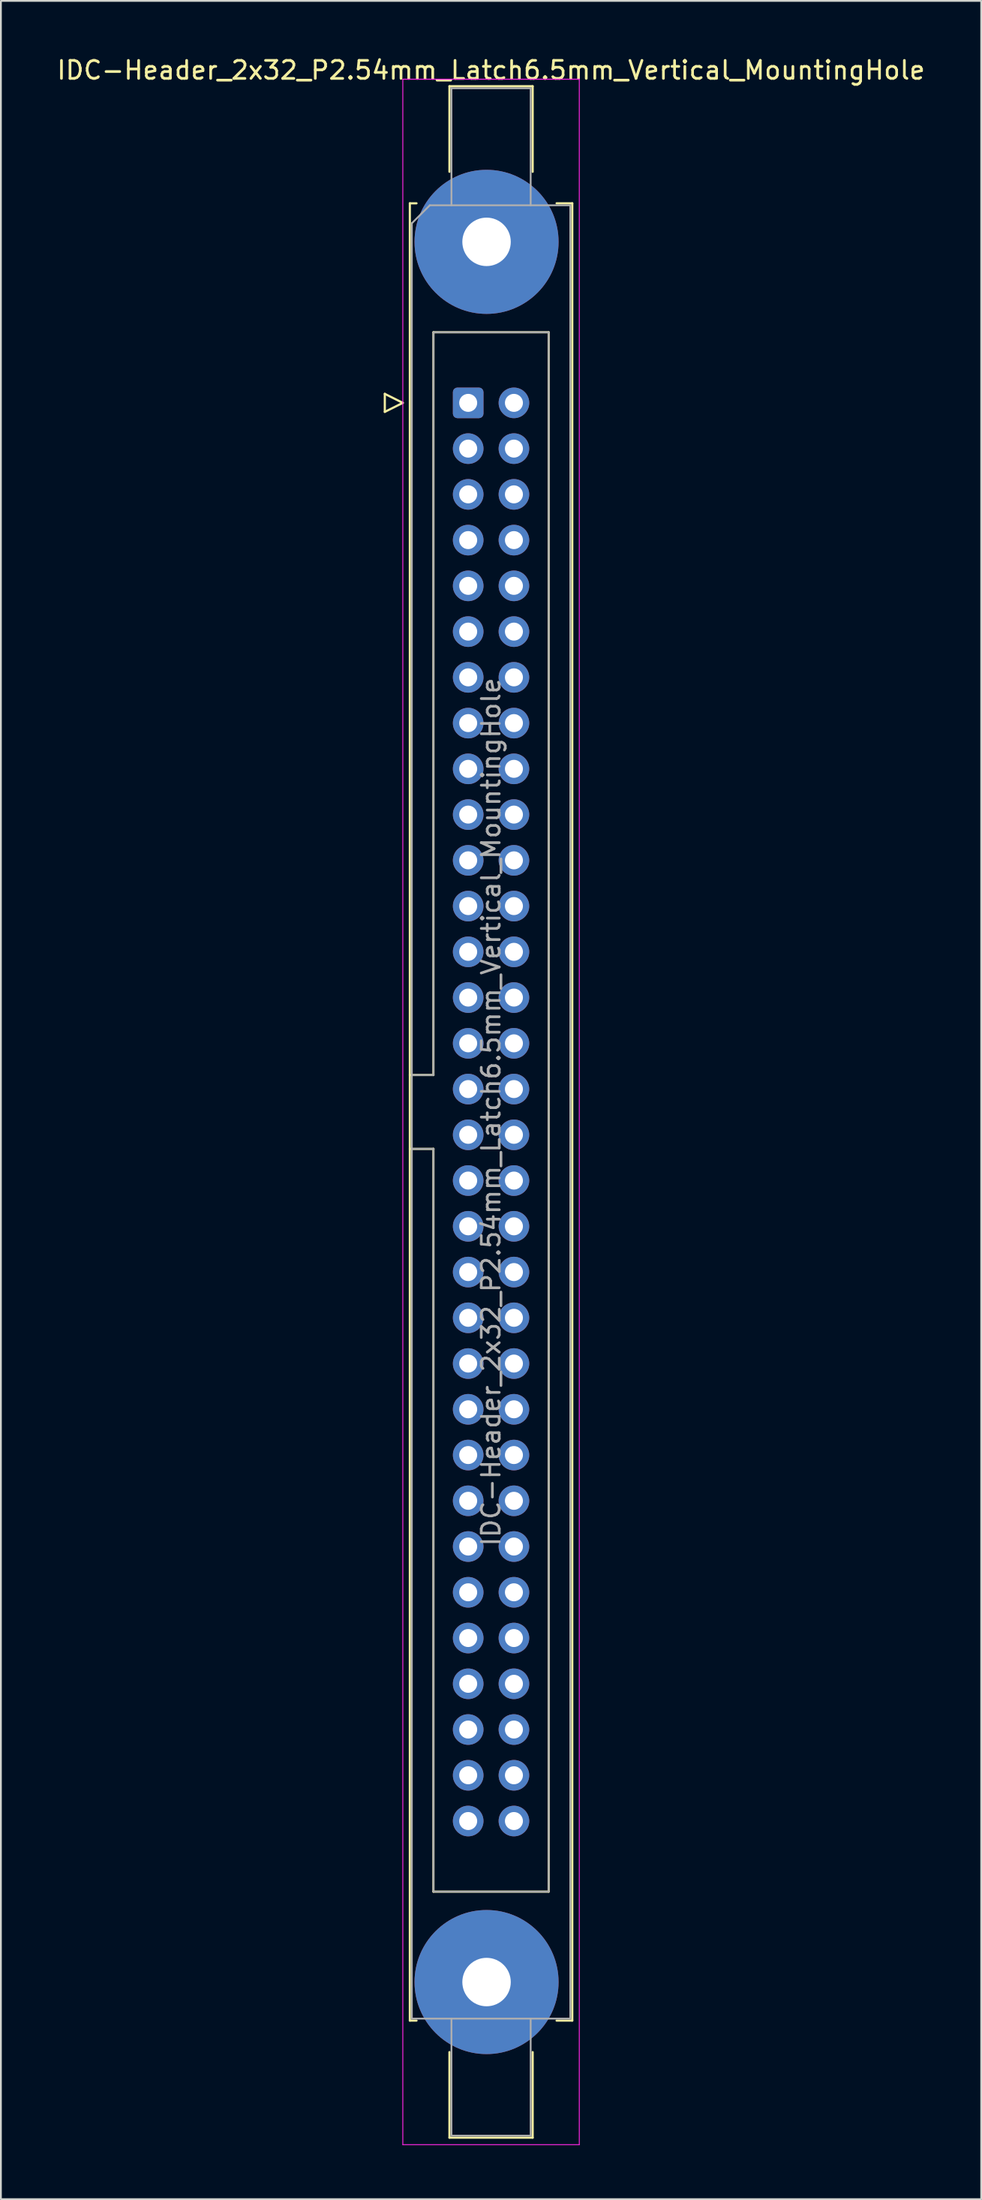
<source format=kicad_pcb>
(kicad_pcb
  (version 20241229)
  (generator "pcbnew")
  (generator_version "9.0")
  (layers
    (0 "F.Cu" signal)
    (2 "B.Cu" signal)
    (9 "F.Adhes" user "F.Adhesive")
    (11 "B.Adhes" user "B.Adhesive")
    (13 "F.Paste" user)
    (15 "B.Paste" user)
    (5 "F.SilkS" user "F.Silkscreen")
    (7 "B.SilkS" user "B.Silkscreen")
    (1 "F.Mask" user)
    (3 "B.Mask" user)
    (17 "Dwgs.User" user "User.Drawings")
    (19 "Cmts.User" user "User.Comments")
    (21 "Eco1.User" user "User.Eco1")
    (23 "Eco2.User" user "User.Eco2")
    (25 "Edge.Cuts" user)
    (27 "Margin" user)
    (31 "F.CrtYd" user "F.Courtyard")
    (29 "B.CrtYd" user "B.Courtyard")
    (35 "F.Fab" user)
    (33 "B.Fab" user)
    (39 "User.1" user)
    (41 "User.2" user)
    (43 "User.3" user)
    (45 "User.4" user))
  (footprint "IDC-Header_2x32_P2.54mm_Latch6.5mm_Vertical_MountingHole"
    (layer "F.Cu")
    (at 22.95 19.318)
    (property "Reference" "IDC-Header_2x32_P2.54mm_Latch6.5mm_Vertical_MountingHole" (at 1.27 -18.47 0) (layer "F.SilkS") (effects (font (size 1 1) (thickness 0.15))))
    (attr through_hole)
    (fp_line (start -4.63 -0.5) (end -4.63 0.5) (stroke (width 0.12) (type solid)) (layer "F.SilkS"))
    (fp_line (start -4.63 0.5) (end -3.63 0) (stroke (width 0.12) (type solid)) (layer "F.SilkS"))
    (fp_line (start -3.63 0) (end -4.63 -0.5) (stroke (width 0.12) (type solid)) (layer "F.SilkS"))
    (fp_line (start -3.24 -11.08) (end -3.24 89.82) (stroke (width 0.12) (type solid)) (layer "F.SilkS"))
    (fp_line (start -3.24 37.32) (end -1.93 37.32) (stroke (width 0.12) (type solid)) (layer "F.SilkS"))
    (fp_line (start -3.24 89.82) (end -2.87 89.82) (stroke (width 0.12) (type solid)) (layer "F.SilkS"))
    (fp_line (start -2.87 -11.08) (end -3.24 -11.08) (stroke (width 0.12) (type solid)) (layer "F.SilkS"))
    (fp_line (start -1.93 -3.92) (end 4.47 -3.92) (stroke (width 0.12) (type solid)) (layer "F.SilkS"))
    (fp_line (start -1.93 37.32) (end -1.93 -3.92) (stroke (width 0.12) (type solid)) (layer "F.SilkS"))
    (fp_line (start -1.93 41.42) (end -3.24 41.42) (stroke (width 0.12) (type solid)) (layer "F.SilkS"))
    (fp_line (start -1.93 41.42) (end -1.93 41.42) (stroke (width 0.12) (type solid)) (layer "F.SilkS"))
    (fp_line (start -1.93 82.66) (end -1.93 41.42) (stroke (width 0.12) (type solid)) (layer "F.SilkS"))
    (fp_line (start -1.04 -17.58) (end 3.58 -17.58) (stroke (width 0.12) (type solid)) (layer "F.SilkS"))
    (fp_line (start -1.04 -12.83) (end -1.04 -17.58) (stroke (width 0.12) (type solid)) (layer "F.SilkS"))
    (fp_line (start -1.04 91.57) (end -1.04 96.32) (stroke (width 0.12) (type solid)) (layer "F.SilkS"))
    (fp_line (start -1.04 96.32) (end 3.58 96.32) (stroke (width 0.12) (type solid)) (layer "F.SilkS"))
    (fp_line (start 3.58 -17.58) (end 3.58 -12.83) (stroke (width 0.12) (type solid)) (layer "F.SilkS"))
    (fp_line (start 3.58 96.32) (end 3.58 91.57) (stroke (width 0.12) (type solid)) (layer "F.SilkS"))
    (fp_line (start 4.47 -3.92) (end 4.47 82.66) (stroke (width 0.12) (type solid)) (layer "F.SilkS"))
    (fp_line (start 4.47 82.66) (end -1.93 82.66) (stroke (width 0.12) (type solid)) (layer "F.SilkS"))
    (fp_line (start 4.91 -11.08) (end 5.78 -11.08) (stroke (width 0.12) (type solid)) (layer "F.SilkS"))
    (fp_line (start 5.78 -11.08) (end 5.78 89.82) (stroke (width 0.12) (type solid)) (layer "F.SilkS"))
    (fp_line (start 5.78 89.82) (end 4.91 89.82) (stroke (width 0.12) (type solid)) (layer "F.SilkS"))
    (fp_line (start -3.63 -17.97) (end -3.63 96.71) (stroke (width 0.05) (type solid)) (layer "F.CrtYd"))
    (fp_line (start -3.63 96.71) (end 6.17 96.71) (stroke (width 0.05) (type solid)) (layer "F.CrtYd"))
    (fp_line (start 6.17 -17.97) (end -3.63 -17.97) (stroke (width 0.05) (type solid)) (layer "F.CrtYd"))
    (fp_line (start 6.17 96.71) (end 6.17 -17.97) (stroke (width 0.05) (type solid)) (layer "F.CrtYd"))
    (fp_line (start -3.13 -9.97) (end -2.13 -10.97) (stroke (width 0.1) (type solid)) (layer "F.Fab"))
    (fp_line (start -3.13 37.32) (end -1.93 37.32) (stroke (width 0.1) (type solid)) (layer "F.Fab"))
    (fp_line (start -3.13 89.71) (end -3.13 -9.97) (stroke (width 0.1) (type solid)) (layer "F.Fab"))
    (fp_line (start -2.13 -10.97) (end 5.67 -10.97) (stroke (width 0.1) (type solid)) (layer "F.Fab"))
    (fp_line (start -1.93 -3.92) (end 4.47 -3.92) (stroke (width 0.1) (type solid)) (layer "F.Fab"))
    (fp_line (start -1.93 37.32) (end -1.93 -3.92) (stroke (width 0.1) (type solid)) (layer "F.Fab"))
    (fp_line (start -1.93 41.42) (end -3.13 41.42) (stroke (width 0.1) (type solid)) (layer "F.Fab"))
    (fp_line (start -1.93 41.42) (end -1.93 41.42) (stroke (width 0.1) (type solid)) (layer "F.Fab"))
    (fp_line (start -1.93 82.66) (end -1.93 41.42) (stroke (width 0.1) (type solid)) (layer "F.Fab"))
    (fp_line (start -0.93 -17.47) (end 3.47 -17.47) (stroke (width 0.1) (type solid)) (layer "F.Fab"))
    (fp_line (start -0.93 -10.97) (end -0.93 -17.47) (stroke (width 0.1) (type solid)) (layer "F.Fab"))
    (fp_line (start -0.93 89.71) (end -0.93 96.21) (stroke (width 0.1) (type solid)) (layer "F.Fab"))
    (fp_line (start -0.93 96.21) (end 3.47 96.21) (stroke (width 0.1) (type solid)) (layer "F.Fab"))
    (fp_line (start 3.47 -17.47) (end 3.47 -10.97) (stroke (width 0.1) (type solid)) (layer "F.Fab"))
    (fp_line (start 3.47 96.21) (end 3.47 89.71) (stroke (width 0.1) (type solid)) (layer "F.Fab"))
    (fp_line (start 4.47 -3.92) (end 4.47 82.66) (stroke (width 0.1) (type solid)) (layer "F.Fab"))
    (fp_line (start 4.47 82.66) (end -1.93 82.66) (stroke (width 0.1) (type solid)) (layer "F.Fab"))
    (fp_line (start 5.67 -10.97) (end 5.67 89.71) (stroke (width 0.1) (type solid)) (layer "F.Fab"))
    (fp_line (start 5.67 89.71) (end -3.13 89.71) (stroke (width 0.1) (type solid)) (layer "F.Fab"))
    (fp_text user "${REFERENCE}" (at 1.27 39.37 90) (layer "F.Fab") (effects (font (size 1 1) (thickness 0.15))))
    (pad "" thru_hole circle (at 1.02 -8.94) (size 8 8) (drill 2.69) (layers "*.Cu" "*.Mask"))
    (pad "" thru_hole circle (at 1.02 87.68) (size 8 8) (drill 2.69) (layers "*.Cu" "*.Mask"))
    (pad "1" thru_hole roundrect (at 0 0) (size 1.7 1.7) (drill 1) (layers "*.Cu" "*.Mask") (roundrect_rratio 0.147))
    (pad "2" thru_hole circle (at 2.54 0) (size 1.7 1.7) (drill 1) (layers "*.Cu" "*.Mask"))
    (pad "3" thru_hole circle (at 0 2.54) (size 1.7 1.7) (drill 1) (layers "*.Cu" "*.Mask"))
    (pad "4" thru_hole circle (at 2.54 2.54) (size 1.7 1.7) (drill 1) (layers "*.Cu" "*.Mask"))
    (pad "5" thru_hole circle (at 0 5.08) (size 1.7 1.7) (drill 1) (layers "*.Cu" "*.Mask"))
    (pad "6" thru_hole circle (at 2.54 5.08) (size 1.7 1.7) (drill 1) (layers "*.Cu" "*.Mask"))
    (pad "7" thru_hole circle (at 0 7.62) (size 1.7 1.7) (drill 1) (layers "*.Cu" "*.Mask"))
    (pad "8" thru_hole circle (at 2.54 7.62) (size 1.7 1.7) (drill 1) (layers "*.Cu" "*.Mask"))
    (pad "9" thru_hole circle (at 0 10.16) (size 1.7 1.7) (drill 1) (layers "*.Cu" "*.Mask"))
    (pad "10" thru_hole circle (at 2.54 10.16) (size 1.7 1.7) (drill 1) (layers "*.Cu" "*.Mask"))
    (pad "11" thru_hole circle (at 0 12.7) (size 1.7 1.7) (drill 1) (layers "*.Cu" "*.Mask"))
    (pad "12" thru_hole circle (at 2.54 12.7) (size 1.7 1.7) (drill 1) (layers "*.Cu" "*.Mask"))
    (pad "13" thru_hole circle (at 0 15.24) (size 1.7 1.7) (drill 1) (layers "*.Cu" "*.Mask"))
    (pad "14" thru_hole circle (at 2.54 15.24) (size 1.7 1.7) (drill 1) (layers "*.Cu" "*.Mask"))
    (pad "15" thru_hole circle (at 0 17.78) (size 1.7 1.7) (drill 1) (layers "*.Cu" "*.Mask"))
    (pad "16" thru_hole circle (at 2.54 17.78) (size 1.7 1.7) (drill 1) (layers "*.Cu" "*.Mask"))
    (pad "17" thru_hole circle (at 0 20.32) (size 1.7 1.7) (drill 1) (layers "*.Cu" "*.Mask"))
    (pad "18" thru_hole circle (at 2.54 20.32) (size 1.7 1.7) (drill 1) (layers "*.Cu" "*.Mask"))
    (pad "19" thru_hole circle (at 0 22.86) (size 1.7 1.7) (drill 1) (layers "*.Cu" "*.Mask"))
    (pad "20" thru_hole circle (at 2.54 22.86) (size 1.7 1.7) (drill 1) (layers "*.Cu" "*.Mask"))
    (pad "21" thru_hole circle (at 0 25.4) (size 1.7 1.7) (drill 1) (layers "*.Cu" "*.Mask"))
    (pad "22" thru_hole circle (at 2.54 25.4) (size 1.7 1.7) (drill 1) (layers "*.Cu" "*.Mask"))
    (pad "23" thru_hole circle (at 0 27.94) (size 1.7 1.7) (drill 1) (layers "*.Cu" "*.Mask"))
    (pad "24" thru_hole circle (at 2.54 27.94) (size 1.7 1.7) (drill 1) (layers "*.Cu" "*.Mask"))
    (pad "25" thru_hole circle (at 0 30.48) (size 1.7 1.7) (drill 1) (layers "*.Cu" "*.Mask"))
    (pad "26" thru_hole circle (at 2.54 30.48) (size 1.7 1.7) (drill 1) (layers "*.Cu" "*.Mask"))
    (pad "27" thru_hole circle (at 0 33.02) (size 1.7 1.7) (drill 1) (layers "*.Cu" "*.Mask"))
    (pad "28" thru_hole circle (at 2.54 33.02) (size 1.7 1.7) (drill 1) (layers "*.Cu" "*.Mask"))
    (pad "29" thru_hole circle (at 0 35.56) (size 1.7 1.7) (drill 1) (layers "*.Cu" "*.Mask"))
    (pad "30" thru_hole circle (at 2.54 35.56) (size 1.7 1.7) (drill 1) (layers "*.Cu" "*.Mask"))
    (pad "31" thru_hole circle (at 0 38.1) (size 1.7 1.7) (drill 1) (layers "*.Cu" "*.Mask"))
    (pad "32" thru_hole circle (at 2.54 38.1) (size 1.7 1.7) (drill 1) (layers "*.Cu" "*.Mask"))
    (pad "33" thru_hole circle (at 0 40.64) (size 1.7 1.7) (drill 1) (layers "*.Cu" "*.Mask"))
    (pad "34" thru_hole circle (at 2.54 40.64) (size 1.7 1.7) (drill 1) (layers "*.Cu" "*.Mask"))
    (pad "35" thru_hole circle (at 0 43.18) (size 1.7 1.7) (drill 1) (layers "*.Cu" "*.Mask"))
    (pad "36" thru_hole circle (at 2.54 43.18) (size 1.7 1.7) (drill 1) (layers "*.Cu" "*.Mask"))
    (pad "37" thru_hole circle (at 0 45.72) (size 1.7 1.7) (drill 1) (layers "*.Cu" "*.Mask"))
    (pad "38" thru_hole circle (at 2.54 45.72) (size 1.7 1.7) (drill 1) (layers "*.Cu" "*.Mask"))
    (pad "39" thru_hole circle (at 0 48.26) (size 1.7 1.7) (drill 1) (layers "*.Cu" "*.Mask"))
    (pad "40" thru_hole circle (at 2.54 48.26) (size 1.7 1.7) (drill 1) (layers "*.Cu" "*.Mask"))
    (pad "41" thru_hole circle (at 0 50.8) (size 1.7 1.7) (drill 1) (layers "*.Cu" "*.Mask"))
    (pad "42" thru_hole circle (at 2.54 50.8) (size 1.7 1.7) (drill 1) (layers "*.Cu" "*.Mask"))
    (pad "43" thru_hole circle (at 0 53.34) (size 1.7 1.7) (drill 1) (layers "*.Cu" "*.Mask"))
    (pad "44" thru_hole circle (at 2.54 53.34) (size 1.7 1.7) (drill 1) (layers "*.Cu" "*.Mask"))
    (pad "45" thru_hole circle (at 0 55.88) (size 1.7 1.7) (drill 1) (layers "*.Cu" "*.Mask"))
    (pad "46" thru_hole circle (at 2.54 55.88) (size 1.7 1.7) (drill 1) (layers "*.Cu" "*.Mask"))
    (pad "47" thru_hole circle (at 0 58.42) (size 1.7 1.7) (drill 1) (layers "*.Cu" "*.Mask"))
    (pad "48" thru_hole circle (at 2.54 58.42) (size 1.7 1.7) (drill 1) (layers "*.Cu" "*.Mask"))
    (pad "49" thru_hole circle (at 0 60.96) (size 1.7 1.7) (drill 1) (layers "*.Cu" "*.Mask"))
    (pad "50" thru_hole circle (at 2.54 60.96) (size 1.7 1.7) (drill 1) (layers "*.Cu" "*.Mask"))
    (pad "51" thru_hole circle (at 0 63.5) (size 1.7 1.7) (drill 1) (layers "*.Cu" "*.Mask"))
    (pad "52" thru_hole circle (at 2.54 63.5) (size 1.7 1.7) (drill 1) (layers "*.Cu" "*.Mask"))
    (pad "53" thru_hole circle (at 0 66.04) (size 1.7 1.7) (drill 1) (layers "*.Cu" "*.Mask"))
    (pad "54" thru_hole circle (at 2.54 66.04) (size 1.7 1.7) (drill 1) (layers "*.Cu" "*.Mask"))
    (pad "55" thru_hole circle (at 0 68.58) (size 1.7 1.7) (drill 1) (layers "*.Cu" "*.Mask"))
    (pad "56" thru_hole circle (at 2.54 68.58) (size 1.7 1.7) (drill 1) (layers "*.Cu" "*.Mask"))
    (pad "57" thru_hole circle (at 0 71.12) (size 1.7 1.7) (drill 1) (layers "*.Cu" "*.Mask"))
    (pad "58" thru_hole circle (at 2.54 71.12) (size 1.7 1.7) (drill 1) (layers "*.Cu" "*.Mask"))
    (pad "59" thru_hole circle (at 0 73.66) (size 1.7 1.7) (drill 1) (layers "*.Cu" "*.Mask"))
    (pad "60" thru_hole circle (at 2.54 73.66) (size 1.7 1.7) (drill 1) (layers "*.Cu" "*.Mask"))
    (pad "61" thru_hole circle (at 0 76.2) (size 1.7 1.7) (drill 1) (layers "*.Cu" "*.Mask"))
    (pad "62" thru_hole circle (at 2.54 76.2) (size 1.7 1.7) (drill 1) (layers "*.Cu" "*.Mask"))
    (pad "63" thru_hole circle (at 0 78.74) (size 1.7 1.7) (drill 1) (layers "*.Cu" "*.Mask"))
    (pad "64" thru_hole circle (at 2.54 78.74) (size 1.7 1.7) (drill 1) (layers "*.Cu" "*.Mask")))
  (gr_rect
    (start -3 -3)
    (end 51.44 119.053)
    (stroke (width 0.1) (type default))
    (fill no)
    (layer "Edge.Cuts")))
</source>
